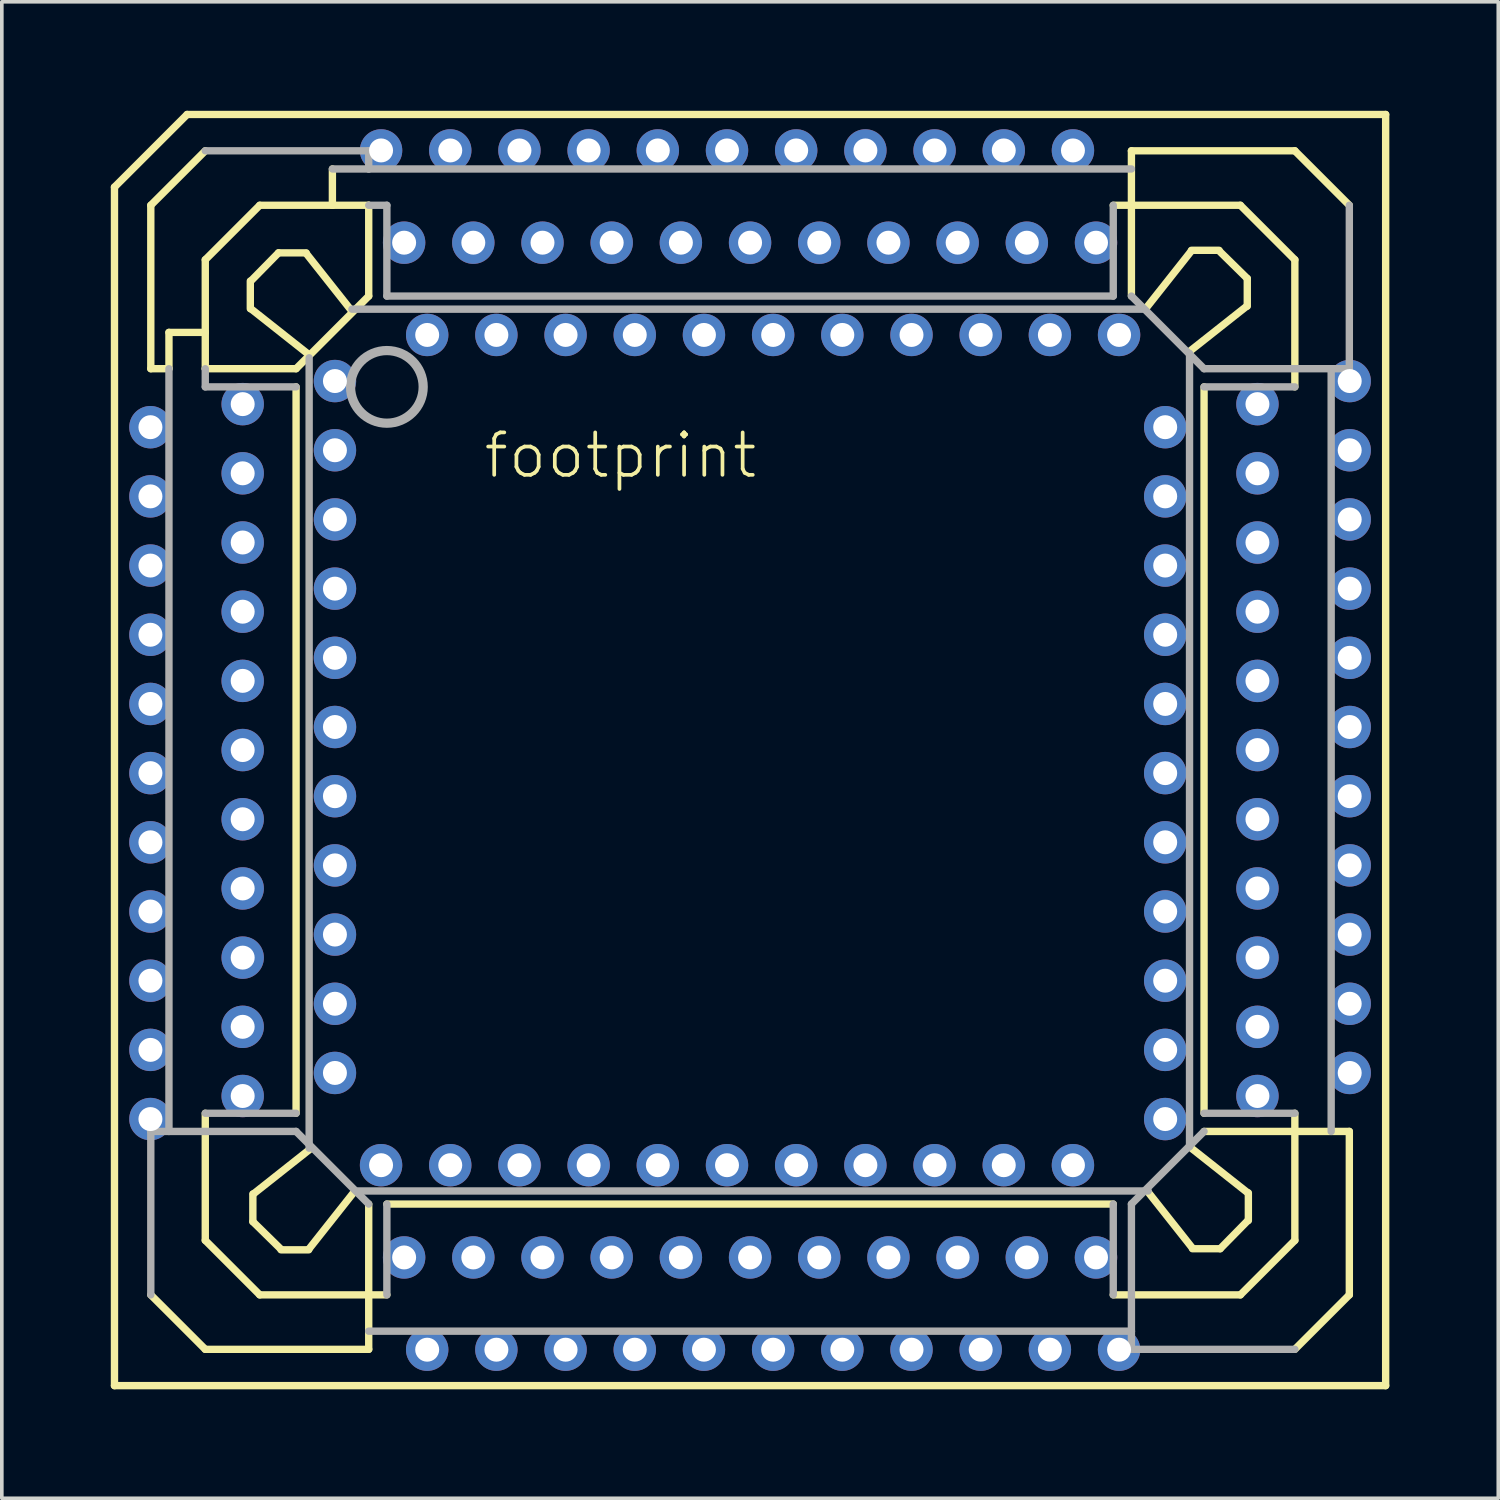
<source format=kicad_pcb>
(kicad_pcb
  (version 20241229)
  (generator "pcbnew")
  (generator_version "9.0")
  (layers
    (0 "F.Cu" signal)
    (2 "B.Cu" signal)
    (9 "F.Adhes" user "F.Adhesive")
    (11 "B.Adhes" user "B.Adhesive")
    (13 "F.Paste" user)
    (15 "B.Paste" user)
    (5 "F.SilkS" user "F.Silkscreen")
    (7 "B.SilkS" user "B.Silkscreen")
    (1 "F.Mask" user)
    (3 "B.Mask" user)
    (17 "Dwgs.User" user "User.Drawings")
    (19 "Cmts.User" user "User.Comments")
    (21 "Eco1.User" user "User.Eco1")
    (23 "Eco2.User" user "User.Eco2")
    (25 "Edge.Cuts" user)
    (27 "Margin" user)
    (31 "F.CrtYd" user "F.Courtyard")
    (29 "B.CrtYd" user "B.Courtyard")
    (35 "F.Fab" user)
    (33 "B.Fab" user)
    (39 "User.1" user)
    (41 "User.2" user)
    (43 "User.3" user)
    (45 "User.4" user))
  (footprint "footprint"
    (layer "F.Cu")
    (at 17.602 17.602)
    (property "Reference" "footprint" (at -7.39 -7.43 0) (layer "F.SilkS") (effects (font (size 1.168 1.168) (thickness 0.102)) (justify left bottom)))
    (fp_line (start -17.5 17.5) (end -17.5 -15.5) (stroke (width 0.203) (type solid)) (layer "F.SilkS"))
    (fp_line (start -16.5 -15) (end -16.5 -10.5) (stroke (width 0.203) (type solid)) (layer "F.SilkS"))
    (fp_line (start -16.5 -10.5) (end -16 -10.5) (stroke (width 0.203) (type solid)) (layer "F.SilkS"))
    (fp_line (start -16 -11.5) (end -16 -10.5) (stroke (width 0.203) (type solid)) (layer "F.SilkS"))
    (fp_line (start -15.5 -17.5) (end -17.5 -15.5) (stroke (width 0.203) (type solid)) (layer "F.SilkS"))
    (fp_line (start -15.5 -17.5) (end 17.5 -17.5) (stroke (width 0.203) (type solid)) (layer "F.SilkS"))
    (fp_line (start -15 -16.5) (end -16.5 -15) (stroke (width 0.203) (type solid)) (layer "F.SilkS"))
    (fp_line (start -15 -13.5) (end -15 -11.5) (stroke (width 0.203) (type solid)) (layer "F.SilkS"))
    (fp_line (start -15 -11.5) (end -16 -11.5) (stroke (width 0.203) (type solid)) (layer "F.SilkS"))
    (fp_line (start -15 -11.5) (end -15 -10.5) (stroke (width 0.203) (type solid)) (layer "F.SilkS"))
    (fp_line (start -15 -10.5) (end -12.5 -10.5) (stroke (width 0.203) (type solid)) (layer "F.SilkS"))
    (fp_line (start -15 10) (end -15 13.5) (stroke (width 0.203) (type solid)) (layer "F.SilkS"))
    (fp_line (start -15 13.5) (end -13.5 15) (stroke (width 0.203) (type solid)) (layer "F.SilkS"))
    (fp_line (start -15 16.5) (end -16.5 15) (stroke (width 0.203) (type solid)) (layer "F.SilkS"))
    (fp_line (start -13.76 -12.914) (end -13.76 -12.152) (stroke (width 0.203) (type solid)) (layer "F.SilkS"))
    (fp_line (start -13.746 -12.152) (end -12.14 -10.882) (stroke (width 0.203) (type solid)) (layer "F.SilkS"))
    (fp_line (start -13.69 12.222) (end -13.69 12.984) (stroke (width 0.203) (type solid)) (layer "F.SilkS"))
    (fp_line (start -13.69 12.984) (end -12.914 13.746) (stroke (width 0.203) (type solid)) (layer "F.SilkS"))
    (fp_line (start -13.5 -15) (end -15 -13.5) (stroke (width 0.203) (type solid)) (layer "F.SilkS"))
    (fp_line (start -13.5 15) (end -10 15) (stroke (width 0.203) (type solid)) (layer "F.SilkS"))
    (fp_line (start -12.984 -13.69) (end -13.746 -12.914) (stroke (width 0.203) (type solid)) (layer "F.SilkS"))
    (fp_line (start -12.914 13.76) (end -12.152 13.76) (stroke (width 0.203) (type solid)) (layer "F.SilkS"))
    (fp_line (start -12.5 10) (end -12.5 -10) (stroke (width 0.203) (type solid)) (layer "F.SilkS"))
    (fp_line (start -12.222 -13.69) (end -12.984 -13.69) (stroke (width 0.203) (type solid)) (layer "F.SilkS"))
    (fp_line (start -12.152 13.746) (end -10.882 12.14) (stroke (width 0.203) (type solid)) (layer "F.SilkS"))
    (fp_line (start -12.07 10.952) (end -13.676 12.222) (stroke (width 0.203) (type solid)) (layer "F.SilkS"))
    (fp_line (start -11.5 -15) (end -13.5 -15) (stroke (width 0.203) (type solid)) (layer "F.SilkS"))
    (fp_line (start -11.5 -15) (end -11.5 -16) (stroke (width 0.203) (type solid)) (layer "F.SilkS"))
    (fp_line (start -10.952 -12.07) (end -12.222 -13.676) (stroke (width 0.203) (type solid)) (layer "F.SilkS"))
    (fp_line (start -10.5 -15) (end -11.5 -15) (stroke (width 0.203) (type solid)) (layer "F.SilkS"))
    (fp_line (start -10.5 -12.5) (end -12.5 -10.5) (stroke (width 0.203) (type solid)) (layer "F.SilkS"))
    (fp_line (start -10.5 -12.5) (end -10.5 -15) (stroke (width 0.203) (type solid)) (layer "F.SilkS"))
    (fp_line (start -10.5 12.5) (end -10.5 16.5) (stroke (width 0.203) (type solid)) (layer "F.SilkS"))
    (fp_line (start -10.5 16.5) (end -15 16.5) (stroke (width 0.203) (type solid)) (layer "F.SilkS"))
    (fp_line (start 10 12.5) (end -10 12.5) (stroke (width 0.203) (type solid)) (layer "F.SilkS"))
    (fp_line (start 10 15) (end 13.5 15) (stroke (width 0.203) (type solid)) (layer "F.SilkS"))
    (fp_line (start 10.5 -16.5) (end 15 -16.5) (stroke (width 0.203) (type solid)) (layer "F.SilkS"))
    (fp_line (start 10.5 -12.5) (end 10.5 -16.5) (stroke (width 0.203) (type solid)) (layer "F.SilkS"))
    (fp_line (start 10.912 12.11) (end 12.182 13.716) (stroke (width 0.203) (type solid)) (layer "F.SilkS"))
    (fp_line (start 12.07 -10.952) (end 13.676 -12.222) (stroke (width 0.203) (type solid)) (layer "F.SilkS"))
    (fp_line (start 12.152 -13.746) (end 10.882 -12.14) (stroke (width 0.203) (type solid)) (layer "F.SilkS"))
    (fp_line (start 12.182 13.73) (end 12.944 13.73) (stroke (width 0.203) (type solid)) (layer "F.SilkS"))
    (fp_line (start 12.5 -10) (end 12.5 10) (stroke (width 0.203) (type solid)) (layer "F.SilkS"))
    (fp_line (start 12.5 10.5) (end 16.5 10.5) (stroke (width 0.203) (type solid)) (layer "F.SilkS"))
    (fp_line (start 12.914 -13.76) (end 12.152 -13.76) (stroke (width 0.203) (type solid)) (layer "F.SilkS"))
    (fp_line (start 12.944 13.73) (end 13.706 12.954) (stroke (width 0.203) (type solid)) (layer "F.SilkS"))
    (fp_line (start 13.5 -15) (end 10 -15) (stroke (width 0.203) (type solid)) (layer "F.SilkS"))
    (fp_line (start 13.5 15) (end 15 13.5) (stroke (width 0.203) (type solid)) (layer "F.SilkS"))
    (fp_line (start 13.69 -12.984) (end 12.914 -13.746) (stroke (width 0.203) (type solid)) (layer "F.SilkS"))
    (fp_line (start 13.69 -12.222) (end 13.69 -12.984) (stroke (width 0.203) (type solid)) (layer "F.SilkS"))
    (fp_line (start 13.706 12.192) (end 12.1 10.922) (stroke (width 0.203) (type solid)) (layer "F.SilkS"))
    (fp_line (start 13.72 12.954) (end 13.72 12.192) (stroke (width 0.203) (type solid)) (layer "F.SilkS"))
    (fp_line (start 15 -16.5) (end 16.5 -15) (stroke (width 0.203) (type solid)) (layer "F.SilkS"))
    (fp_line (start 15 -13.5) (end 13.5 -15) (stroke (width 0.203) (type solid)) (layer "F.SilkS"))
    (fp_line (start 15 -10) (end 15 -13.5) (stroke (width 0.203) (type solid)) (layer "F.SilkS"))
    (fp_line (start 15 13.5) (end 15 10) (stroke (width 0.203) (type solid)) (layer "F.SilkS"))
    (fp_line (start 16.5 10.5) (end 16.5 15) (stroke (width 0.203) (type solid)) (layer "F.SilkS"))
    (fp_line (start 16.5 15) (end 15 16.5) (stroke (width 0.203) (type solid)) (layer "F.SilkS"))
    (fp_line (start 17.5 -17.5) (end 17.5 17.5) (stroke (width 0.203) (type solid)) (layer "F.SilkS"))
    (fp_line (start 17.5 17.5) (end -17.5 17.5) (stroke (width 0.203) (type solid)) (layer "F.SilkS"))
    (fp_line (start -16.5 10.5) (end -16 10.5) (stroke (width 0.203) (type solid)) (layer "F.Fab"))
    (fp_line (start -16.5 15) (end -16.5 10.5) (stroke (width 0.203) (type solid)) (layer "F.Fab"))
    (fp_line (start -16 10.5) (end -16 -10.5) (stroke (width 0.203) (type solid)) (layer "F.Fab"))
    (fp_line (start -16 10.5) (end -12.5 10.5) (stroke (width 0.203) (type solid)) (layer "F.Fab"))
    (fp_line (start -15 -10) (end -15 -10.5) (stroke (width 0.203) (type solid)) (layer "F.Fab"))
    (fp_line (start -12.5 -10) (end -15 -10) (stroke (width 0.203) (type solid)) (layer "F.Fab"))
    (fp_line (start -12.5 10) (end -15 10) (stroke (width 0.203) (type solid)) (layer "F.Fab"))
    (fp_line (start -12.5 10.5) (end -10.5 12.5) (stroke (width 0.203) (type solid)) (layer "F.Fab"))
    (fp_line (start -12.14 -10.8) (end -12.14 10.962) (stroke (width 0.203) (type solid)) (layer "F.Fab"))
    (fp_line (start -11.5 -16) (end -10.5 -16) (stroke (width 0.203) (type solid)) (layer "F.Fab"))
    (fp_line (start -10.8 12.14) (end 10.962 12.14) (stroke (width 0.203) (type solid)) (layer "F.Fab"))
    (fp_line (start -10.5 -16.5) (end -15 -16.5) (stroke (width 0.203) (type solid)) (layer "F.Fab"))
    (fp_line (start -10.5 -16) (end -10.5 -16.5) (stroke (width 0.203) (type solid)) (layer "F.Fab"))
    (fp_line (start -10.5 -16) (end 10.5 -16) (stroke (width 0.203) (type solid)) (layer "F.Fab"))
    (fp_line (start -10 -15) (end -10.5 -15) (stroke (width 0.203) (type solid)) (layer "F.Fab"))
    (fp_line (start -10 -12.5) (end -10 -15) (stroke (width 0.203) (type solid)) (layer "F.Fab"))
    (fp_line (start -10 -12.5) (end 10 -12.5) (stroke (width 0.203) (type solid)) (layer "F.Fab"))
    (fp_line (start -10 15) (end -10 12.5) (stroke (width 0.203) (type solid)) (layer "F.Fab"))
    (fp_line (start 10 -15) (end 10 -12.5) (stroke (width 0.203) (type solid)) (layer "F.Fab"))
    (fp_line (start 10 12.5) (end 10 15) (stroke (width 0.203) (type solid)) (layer "F.Fab"))
    (fp_line (start 10.5 12.5) (end 12.5 10.5) (stroke (width 0.203) (type solid)) (layer "F.Fab"))
    (fp_line (start 10.5 16) (end -10.5 16) (stroke (width 0.203) (type solid)) (layer "F.Fab"))
    (fp_line (start 10.5 16) (end 10.5 12.5) (stroke (width 0.203) (type solid)) (layer "F.Fab"))
    (fp_line (start 10.5 16.5) (end 10.5 16) (stroke (width 0.203) (type solid)) (layer "F.Fab"))
    (fp_line (start 10.8 -12.14) (end -10.962 -12.14) (stroke (width 0.203) (type solid)) (layer "F.Fab"))
    (fp_line (start 12.1 10.922) (end 12.1 -10.922) (stroke (width 0.203) (type solid)) (layer "F.Fab"))
    (fp_line (start 12.5 -10.5) (end 10.5 -12.5) (stroke (width 0.203) (type solid)) (layer "F.Fab"))
    (fp_line (start 12.5 -10) (end 15 -10) (stroke (width 0.203) (type solid)) (layer "F.Fab"))
    (fp_line (start 15 10) (end 12.5 10) (stroke (width 0.203) (type solid)) (layer "F.Fab"))
    (fp_line (start 15 16.5) (end 10.5 16.5) (stroke (width 0.203) (type solid)) (layer "F.Fab"))
    (fp_line (start 16 -10.5) (end 12.5 -10.5) (stroke (width 0.203) (type solid)) (layer "F.Fab"))
    (fp_line (start 16 -10.5) (end 16 10.5) (stroke (width 0.203) (type solid)) (layer "F.Fab"))
    (fp_line (start 16.5 -15) (end 16.5 -10.5) (stroke (width 0.203) (type solid)) (layer "F.Fab"))
    (fp_line (start 16.5 -10.5) (end 16 -10.5) (stroke (width 0.203) (type solid)) (layer "F.Fab"))
    (fp_circle (center -10 -10) (end -9 -10) (stroke (width 0.254) (type solid)) (fill no) (layer "F.Fab"))
    (pad "1" thru_hole circle (at -11.43 -10.16) (size 1.168 1.168) (drill 0.66) (layers "*.Cu" "*.Mask"))
    (pad "2" thru_hole circle (at -13.97 -9.525) (size 1.168 1.168) (drill 0.66) (layers "*.Cu" "*.Mask"))
    (pad "3" thru_hole circle (at -16.51 -8.89) (size 1.168 1.168) (drill 0.66) (layers "*.Cu" "*.Mask"))
    (pad "4" thru_hole circle (at -11.43 -8.255) (size 1.168 1.168) (drill 0.66) (layers "*.Cu" "*.Mask"))
    (pad "5" thru_hole circle (at -13.97 -7.62) (size 1.168 1.168) (drill 0.66) (layers "*.Cu" "*.Mask"))
    (pad "6" thru_hole circle (at -16.51 -6.985) (size 1.168 1.168) (drill 0.66) (layers "*.Cu" "*.Mask"))
    (pad "7" thru_hole circle (at -11.43 -6.35) (size 1.168 1.168) (drill 0.66) (layers "*.Cu" "*.Mask"))
    (pad "8" thru_hole circle (at -13.97 -5.715) (size 1.168 1.168) (drill 0.66) (layers "*.Cu" "*.Mask"))
    (pad "9" thru_hole circle (at -16.51 -5.08) (size 1.168 1.168) (drill 0.66) (layers "*.Cu" "*.Mask"))
    (pad "10" thru_hole circle (at -11.43 -4.445) (size 1.168 1.168) (drill 0.66) (layers "*.Cu" "*.Mask"))
    (pad "11" thru_hole circle (at -13.97 -3.81) (size 1.168 1.168) (drill 0.66) (layers "*.Cu" "*.Mask"))
    (pad "12" thru_hole circle (at -16.51 -3.175) (size 1.168 1.168) (drill 0.66) (layers "*.Cu" "*.Mask"))
    (pad "13" thru_hole circle (at -11.43 -2.54) (size 1.168 1.168) (drill 0.66) (layers "*.Cu" "*.Mask"))
    (pad "14" thru_hole circle (at -13.97 -1.905) (size 1.168 1.168) (drill 0.66) (layers "*.Cu" "*.Mask"))
    (pad "15" thru_hole circle (at -16.51 -1.27) (size 1.168 1.168) (drill 0.66) (layers "*.Cu" "*.Mask"))
    (pad "16" thru_hole circle (at -11.43 -0.635) (size 1.168 1.168) (drill 0.66) (layers "*.Cu" "*.Mask"))
    (pad "17" thru_hole circle (at -13.97 0) (size 1.168 1.168) (drill 0.66) (layers "*.Cu" "*.Mask"))
    (pad "18" thru_hole circle (at -16.51 0.635) (size 1.168 1.168) (drill 0.66) (layers "*.Cu" "*.Mask"))
    (pad "19" thru_hole circle (at -11.43 1.27) (size 1.168 1.168) (drill 0.66) (layers "*.Cu" "*.Mask"))
    (pad "20" thru_hole circle (at -13.97 1.905) (size 1.168 1.168) (drill 0.66) (layers "*.Cu" "*.Mask"))
    (pad "21" thru_hole circle (at -16.51 2.54) (size 1.168 1.168) (drill 0.66) (layers "*.Cu" "*.Mask"))
    (pad "22" thru_hole circle (at -11.43 3.175) (size 1.168 1.168) (drill 0.66) (layers "*.Cu" "*.Mask"))
    (pad "23" thru_hole circle (at -13.97 3.81) (size 1.168 1.168) (drill 0.66) (layers "*.Cu" "*.Mask"))
    (pad "24" thru_hole circle (at -16.51 4.445) (size 1.168 1.168) (drill 0.66) (layers "*.Cu" "*.Mask"))
    (pad "25" thru_hole circle (at -11.43 5.08) (size 1.168 1.168) (drill 0.66) (layers "*.Cu" "*.Mask"))
    (pad "26" thru_hole circle (at -13.97 5.715) (size 1.168 1.168) (drill 0.66) (layers "*.Cu" "*.Mask"))
    (pad "27" thru_hole circle (at -16.51 6.35) (size 1.168 1.168) (drill 0.66) (layers "*.Cu" "*.Mask"))
    (pad "28" thru_hole circle (at -11.43 6.985) (size 1.168 1.168) (drill 0.66) (layers "*.Cu" "*.Mask"))
    (pad "29" thru_hole circle (at -13.97 7.62) (size 1.168 1.168) (drill 0.66) (layers "*.Cu" "*.Mask"))
    (pad "30" thru_hole circle (at -16.51 8.255) (size 1.168 1.168) (drill 0.66) (layers "*.Cu" "*.Mask"))
    (pad "31" thru_hole circle (at -11.43 8.89) (size 1.168 1.168) (drill 0.66) (layers "*.Cu" "*.Mask"))
    (pad "32" thru_hole circle (at -13.97 9.525) (size 1.168 1.168) (drill 0.66) (layers "*.Cu" "*.Mask"))
    (pad "33" thru_hole circle (at -16.51 10.16) (size 1.168 1.168) (drill 0.66) (layers "*.Cu" "*.Mask"))
    (pad "34" thru_hole circle (at -10.16 11.43) (size 1.168 1.168) (drill 0.66) (layers "*.Cu" "*.Mask"))
    (pad "35" thru_hole circle (at -9.525 13.97) (size 1.168 1.168) (drill 0.66) (layers "*.Cu" "*.Mask"))
    (pad "36" thru_hole circle (at -8.89 16.51) (size 1.168 1.168) (drill 0.66) (layers "*.Cu" "*.Mask"))
    (pad "37" thru_hole circle (at -8.255 11.43) (size 1.168 1.168) (drill 0.66) (layers "*.Cu" "*.Mask"))
    (pad "38" thru_hole circle (at -7.62 13.97) (size 1.168 1.168) (drill 0.66) (layers "*.Cu" "*.Mask"))
    (pad "39" thru_hole circle (at -6.985 16.51) (size 1.168 1.168) (drill 0.66) (layers "*.Cu" "*.Mask"))
    (pad "40" thru_hole circle (at -6.35 11.43) (size 1.168 1.168) (drill 0.66) (layers "*.Cu" "*.Mask"))
    (pad "41" thru_hole circle (at -5.715 13.97) (size 1.168 1.168) (drill 0.66) (layers "*.Cu" "*.Mask"))
    (pad "42" thru_hole circle (at -5.08 16.51) (size 1.168 1.168) (drill 0.66) (layers "*.Cu" "*.Mask"))
    (pad "43" thru_hole circle (at -4.445 11.43) (size 1.168 1.168) (drill 0.66) (layers "*.Cu" "*.Mask"))
    (pad "44" thru_hole circle (at -3.81 13.97) (size 1.168 1.168) (drill 0.66) (layers "*.Cu" "*.Mask"))
    (pad "45" thru_hole circle (at -3.175 16.51) (size 1.168 1.168) (drill 0.66) (layers "*.Cu" "*.Mask"))
    (pad "46" thru_hole circle (at -2.54 11.43) (size 1.168 1.168) (drill 0.66) (layers "*.Cu" "*.Mask"))
    (pad "47" thru_hole circle (at -1.905 13.97) (size 1.168 1.168) (drill 0.66) (layers "*.Cu" "*.Mask"))
    (pad "48" thru_hole circle (at -1.27 16.51) (size 1.168 1.168) (drill 0.66) (layers "*.Cu" "*.Mask"))
    (pad "49" thru_hole circle (at -0.635 11.43) (size 1.168 1.168) (drill 0.66) (layers "*.Cu" "*.Mask"))
    (pad "50" thru_hole circle (at 0 13.97) (size 1.168 1.168) (drill 0.66) (layers "*.Cu" "*.Mask"))
    (pad "51" thru_hole circle (at 0.635 16.51) (size 1.168 1.168) (drill 0.66) (layers "*.Cu" "*.Mask"))
    (pad "52" thru_hole circle (at 1.27 11.43) (size 1.168 1.168) (drill 0.66) (layers "*.Cu" "*.Mask"))
    (pad "53" thru_hole circle (at 1.905 13.97) (size 1.168 1.168) (drill 0.66) (layers "*.Cu" "*.Mask"))
    (pad "54" thru_hole circle (at 2.54 16.51) (size 1.168 1.168) (drill 0.66) (layers "*.Cu" "*.Mask"))
    (pad "55" thru_hole circle (at 3.175 11.43) (size 1.168 1.168) (drill 0.66) (layers "*.Cu" "*.Mask"))
    (pad "56" thru_hole circle (at 3.81 13.97) (size 1.168 1.168) (drill 0.66) (layers "*.Cu" "*.Mask"))
    (pad "57" thru_hole circle (at 4.445 16.51) (size 1.168 1.168) (drill 0.66) (layers "*.Cu" "*.Mask"))
    (pad "58" thru_hole circle (at 5.08 11.43) (size 1.168 1.168) (drill 0.66) (layers "*.Cu" "*.Mask"))
    (pad "59" thru_hole circle (at 5.715 13.97) (size 1.168 1.168) (drill 0.66) (layers "*.Cu" "*.Mask"))
    (pad "60" thru_hole circle (at 6.35 16.51) (size 1.168 1.168) (drill 0.66) (layers "*.Cu" "*.Mask"))
    (pad "61" thru_hole circle (at 6.985 11.43) (size 1.168 1.168) (drill 0.66) (layers "*.Cu" "*.Mask"))
    (pad "62" thru_hole circle (at 7.62 13.97) (size 1.168 1.168) (drill 0.66) (layers "*.Cu" "*.Mask"))
    (pad "63" thru_hole circle (at 8.255 16.51) (size 1.168 1.168) (drill 0.66) (layers "*.Cu" "*.Mask"))
    (pad "64" thru_hole circle (at 8.89 11.43) (size 1.168 1.168) (drill 0.66) (layers "*.Cu" "*.Mask"))
    (pad "65" thru_hole circle (at 9.525 13.97) (size 1.168 1.168) (drill 0.66) (layers "*.Cu" "*.Mask"))
    (pad "66" thru_hole circle (at 10.16 16.51) (size 1.168 1.168) (drill 0.66) (layers "*.Cu" "*.Mask"))
    (pad "67" thru_hole circle (at 11.43 10.16) (size 1.168 1.168) (drill 0.66) (layers "*.Cu" "*.Mask"))
    (pad "68" thru_hole circle (at 13.97 9.525) (size 1.168 1.168) (drill 0.66) (layers "*.Cu" "*.Mask"))
    (pad "69" thru_hole circle (at 16.51 8.89) (size 1.168 1.168) (drill 0.66) (layers "*.Cu" "*.Mask"))
    (pad "70" thru_hole circle (at 11.43 8.255) (size 1.168 1.168) (drill 0.66) (layers "*.Cu" "*.Mask"))
    (pad "71" thru_hole circle (at 13.97 7.62) (size 1.168 1.168) (drill 0.66) (layers "*.Cu" "*.Mask"))
    (pad "72" thru_hole circle (at 16.51 6.985) (size 1.168 1.168) (drill 0.66) (layers "*.Cu" "*.Mask"))
    (pad "73" thru_hole circle (at 11.43 6.35) (size 1.168 1.168) (drill 0.66) (layers "*.Cu" "*.Mask"))
    (pad "74" thru_hole circle (at 13.97 5.715) (size 1.168 1.168) (drill 0.66) (layers "*.Cu" "*.Mask"))
    (pad "75" thru_hole circle (at 16.51 5.08) (size 1.168 1.168) (drill 0.66) (layers "*.Cu" "*.Mask"))
    (pad "76" thru_hole circle (at 11.43 4.445) (size 1.168 1.168) (drill 0.66) (layers "*.Cu" "*.Mask"))
    (pad "77" thru_hole circle (at 13.97 3.81) (size 1.168 1.168) (drill 0.66) (layers "*.Cu" "*.Mask"))
    (pad "78" thru_hole circle (at 16.51 3.175) (size 1.168 1.168) (drill 0.66) (layers "*.Cu" "*.Mask"))
    (pad "79" thru_hole circle (at 11.43 2.54) (size 1.168 1.168) (drill 0.66) (layers "*.Cu" "*.Mask"))
    (pad "80" thru_hole circle (at 13.97 1.905) (size 1.168 1.168) (drill 0.66) (layers "*.Cu" "*.Mask"))
    (pad "81" thru_hole circle (at 16.51 1.27) (size 1.168 1.168) (drill 0.66) (layers "*.Cu" "*.Mask"))
    (pad "82" thru_hole circle (at 11.43 0.635) (size 1.168 1.168) (drill 0.66) (layers "*.Cu" "*.Mask"))
    (pad "83" thru_hole circle (at 13.97 0) (size 1.168 1.168) (drill 0.66) (layers "*.Cu" "*.Mask"))
    (pad "84" thru_hole circle (at 16.51 -0.635) (size 1.168 1.168) (drill 0.66) (layers "*.Cu" "*.Mask"))
    (pad "85" thru_hole circle (at 11.43 -1.27) (size 1.168 1.168) (drill 0.66) (layers "*.Cu" "*.Mask"))
    (pad "86" thru_hole circle (at 13.97 -1.905) (size 1.168 1.168) (drill 0.66) (layers "*.Cu" "*.Mask"))
    (pad "87" thru_hole circle (at 16.51 -2.54) (size 1.168 1.168) (drill 0.66) (layers "*.Cu" "*.Mask"))
    (pad "88" thru_hole circle (at 11.43 -3.175) (size 1.168 1.168) (drill 0.66) (layers "*.Cu" "*.Mask"))
    (pad "89" thru_hole circle (at 13.97 -3.81) (size 1.168 1.168) (drill 0.66) (layers "*.Cu" "*.Mask"))
    (pad "90" thru_hole circle (at 16.51 -4.445) (size 1.168 1.168) (drill 0.66) (layers "*.Cu" "*.Mask"))
    (pad "91" thru_hole circle (at 11.43 -5.08) (size 1.168 1.168) (drill 0.66) (layers "*.Cu" "*.Mask"))
    (pad "92" thru_hole circle (at 13.97 -5.715) (size 1.168 1.168) (drill 0.66) (layers "*.Cu" "*.Mask"))
    (pad "93" thru_hole circle (at 16.51 -6.35) (size 1.168 1.168) (drill 0.66) (layers "*.Cu" "*.Mask"))
    (pad "94" thru_hole circle (at 11.43 -6.985) (size 1.168 1.168) (drill 0.66) (layers "*.Cu" "*.Mask"))
    (pad "95" thru_hole circle (at 13.97 -7.62) (size 1.168 1.168) (drill 0.66) (layers "*.Cu" "*.Mask"))
    (pad "96" thru_hole circle (at 16.51 -8.255) (size 1.168 1.168) (drill 0.66) (layers "*.Cu" "*.Mask"))
    (pad "97" thru_hole circle (at 11.43 -8.89) (size 1.168 1.168) (drill 0.66) (layers "*.Cu" "*.Mask"))
    (pad "98" thru_hole circle (at 13.97 -9.525) (size 1.168 1.168) (drill 0.66) (layers "*.Cu" "*.Mask"))
    (pad "99" thru_hole circle (at 16.51 -10.16) (size 1.168 1.168) (drill 0.66) (layers "*.Cu" "*.Mask"))
    (pad "100" thru_hole circle (at 10.16 -11.43) (size 1.168 1.168) (drill 0.66) (layers "*.Cu" "*.Mask"))
    (pad "101" thru_hole circle (at 9.525 -13.97) (size 1.168 1.168) (drill 0.66) (layers "*.Cu" "*.Mask"))
    (pad "102" thru_hole circle (at 8.89 -16.51) (size 1.168 1.168) (drill 0.66) (layers "*.Cu" "*.Mask"))
    (pad "103" thru_hole circle (at 8.255 -11.43) (size 1.168 1.168) (drill 0.66) (layers "*.Cu" "*.Mask"))
    (pad "104" thru_hole circle (at 7.62 -13.97) (size 1.168 1.168) (drill 0.66) (layers "*.Cu" "*.Mask"))
    (pad "105" thru_hole circle (at 6.985 -16.51) (size 1.168 1.168) (drill 0.66) (layers "*.Cu" "*.Mask"))
    (pad "106" thru_hole circle (at 6.35 -11.43) (size 1.168 1.168) (drill 0.66) (layers "*.Cu" "*.Mask"))
    (pad "107" thru_hole circle (at 5.715 -13.97) (size 1.168 1.168) (drill 0.66) (layers "*.Cu" "*.Mask"))
    (pad "108" thru_hole circle (at 5.08 -16.51) (size 1.168 1.168) (drill 0.66) (layers "*.Cu" "*.Mask"))
    (pad "109" thru_hole circle (at 4.445 -11.43) (size 1.168 1.168) (drill 0.66) (layers "*.Cu" "*.Mask"))
    (pad "110" thru_hole circle (at 3.81 -13.97) (size 1.168 1.168) (drill 0.66) (layers "*.Cu" "*.Mask"))
    (pad "111" thru_hole circle (at 3.175 -16.51) (size 1.168 1.168) (drill 0.66) (layers "*.Cu" "*.Mask"))
    (pad "112" thru_hole circle (at 2.54 -11.43) (size 1.168 1.168) (drill 0.66) (layers "*.Cu" "*.Mask"))
    (pad "113" thru_hole circle (at 1.905 -13.97) (size 1.168 1.168) (drill 0.66) (layers "*.Cu" "*.Mask"))
    (pad "114" thru_hole circle (at 1.27 -16.51) (size 1.168 1.168) (drill 0.66) (layers "*.Cu" "*.Mask"))
    (pad "115" thru_hole circle (at 0.635 -11.43) (size 1.168 1.168) (drill 0.66) (layers "*.Cu" "*.Mask"))
    (pad "116" thru_hole circle (at 0 -13.97) (size 1.168 1.168) (drill 0.66) (layers "*.Cu" "*.Mask"))
    (pad "117" thru_hole circle (at -0.635 -16.51) (size 1.168 1.168) (drill 0.66) (layers "*.Cu" "*.Mask"))
    (pad "118" thru_hole circle (at -1.27 -11.43) (size 1.168 1.168) (drill 0.66) (layers "*.Cu" "*.Mask"))
    (pad "119" thru_hole circle (at -1.905 -13.97) (size 1.168 1.168) (drill 0.66) (layers "*.Cu" "*.Mask"))
    (pad "120" thru_hole circle (at -2.54 -16.51) (size 1.168 1.168) (drill 0.66) (layers "*.Cu" "*.Mask"))
    (pad "121" thru_hole circle (at -3.175 -11.43) (size 1.168 1.168) (drill 0.66) (layers "*.Cu" "*.Mask"))
    (pad "122" thru_hole circle (at -3.81 -13.97) (size 1.168 1.168) (drill 0.66) (layers "*.Cu" "*.Mask"))
    (pad "123" thru_hole circle (at -4.445 -16.51) (size 1.168 1.168) (drill 0.66) (layers "*.Cu" "*.Mask"))
    (pad "124" thru_hole circle (at -5.08 -11.43) (size 1.168 1.168) (drill 0.66) (layers "*.Cu" "*.Mask"))
    (pad "125" thru_hole circle (at -5.715 -13.97) (size 1.168 1.168) (drill 0.66) (layers "*.Cu" "*.Mask"))
    (pad "126" thru_hole circle (at -6.35 -16.51) (size 1.168 1.168) (drill 0.66) (layers "*.Cu" "*.Mask"))
    (pad "127" thru_hole circle (at -6.985 -11.43) (size 1.168 1.168) (drill 0.66) (layers "*.Cu" "*.Mask"))
    (pad "128" thru_hole circle (at -7.62 -13.97) (size 1.168 1.168) (drill 0.66) (layers "*.Cu" "*.Mask"))
    (pad "129" thru_hole circle (at -8.255 -16.51) (size 1.168 1.168) (drill 0.66) (layers "*.Cu" "*.Mask"))
    (pad "130" thru_hole circle (at -8.89 -11.43) (size 1.168 1.168) (drill 0.66) (layers "*.Cu" "*.Mask"))
    (pad "131" thru_hole circle (at -9.525 -13.97) (size 1.168 1.168) (drill 0.66) (layers "*.Cu" "*.Mask"))
    (pad "132" thru_hole circle (at -10.16 -16.51) (size 1.168 1.168) (drill 0.66) (layers "*.Cu" "*.Mask")))
  (gr_rect
    (start -3 -3)
    (end 38.203 38.203)
    (stroke (width 0.1) (type default))
    (fill no)
    (layer "Edge.Cuts")))
</source>
